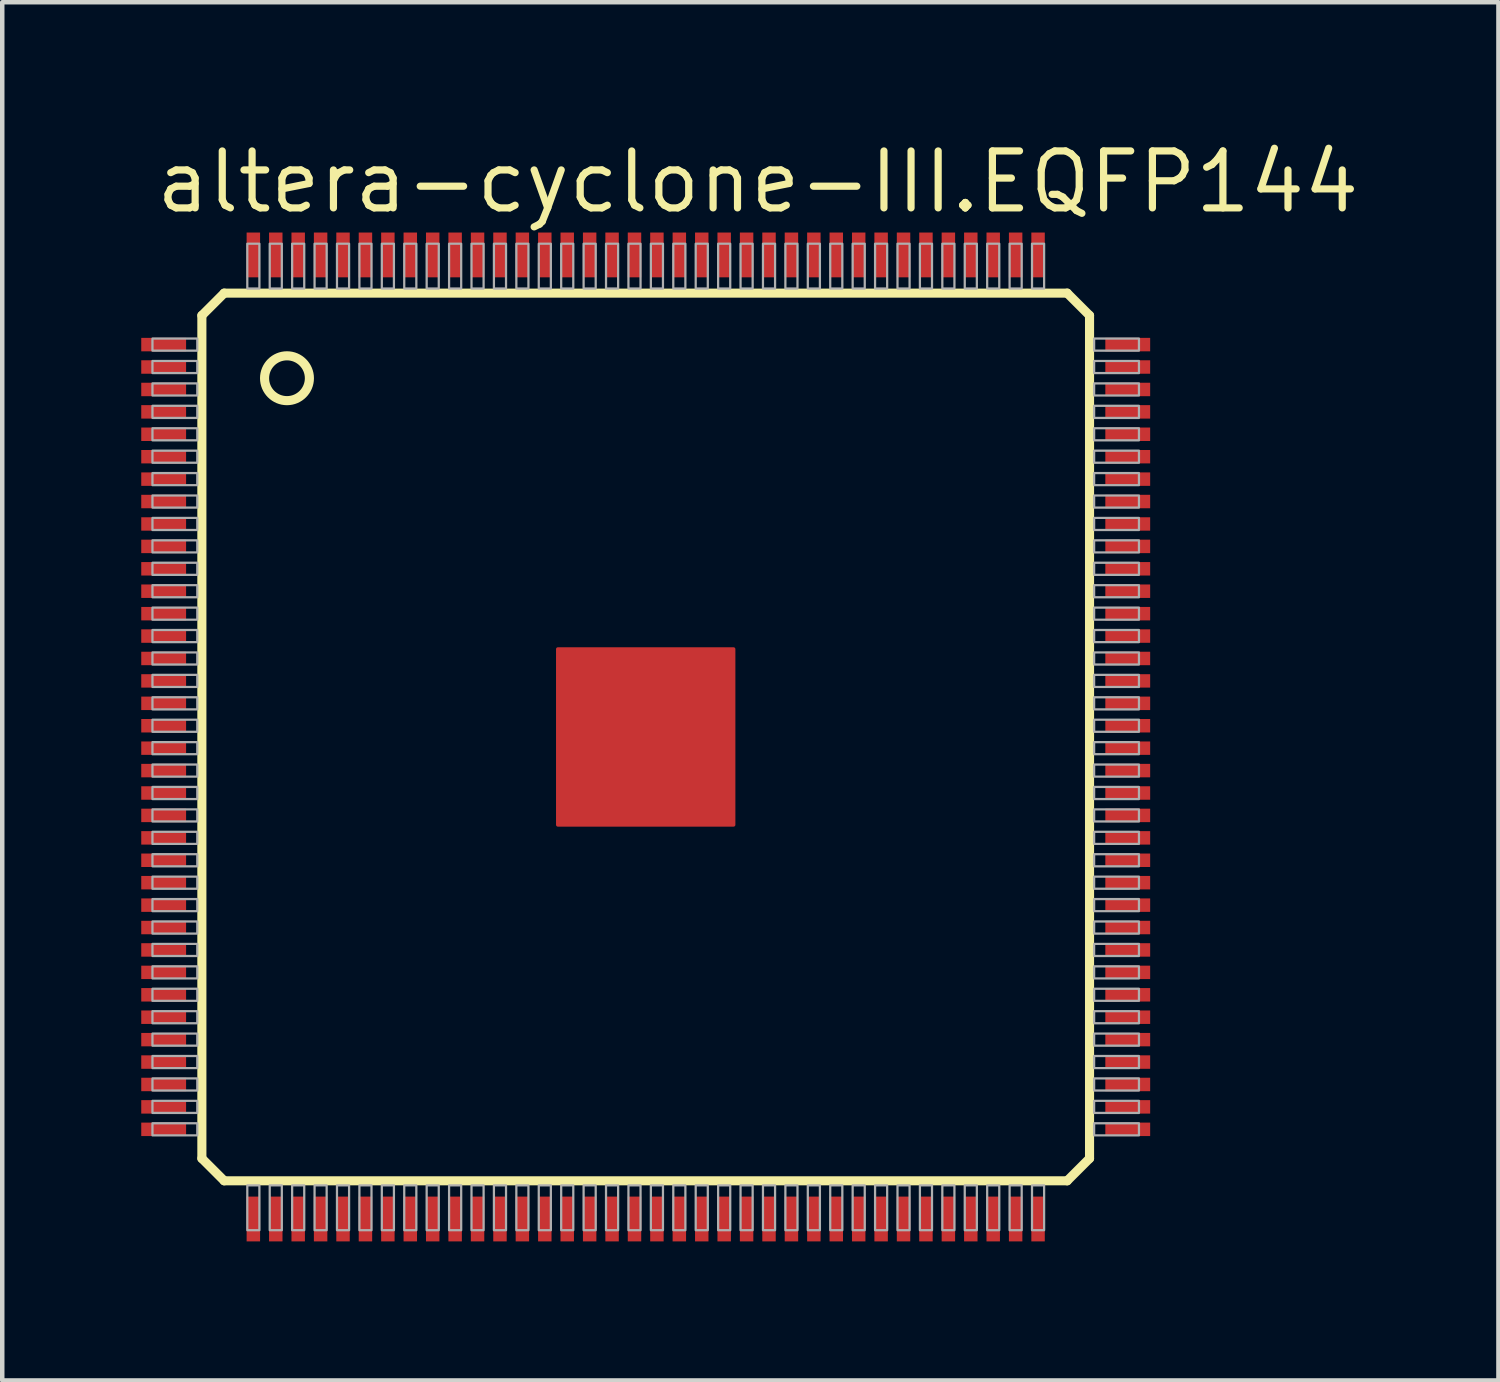
<source format=kicad_pcb>
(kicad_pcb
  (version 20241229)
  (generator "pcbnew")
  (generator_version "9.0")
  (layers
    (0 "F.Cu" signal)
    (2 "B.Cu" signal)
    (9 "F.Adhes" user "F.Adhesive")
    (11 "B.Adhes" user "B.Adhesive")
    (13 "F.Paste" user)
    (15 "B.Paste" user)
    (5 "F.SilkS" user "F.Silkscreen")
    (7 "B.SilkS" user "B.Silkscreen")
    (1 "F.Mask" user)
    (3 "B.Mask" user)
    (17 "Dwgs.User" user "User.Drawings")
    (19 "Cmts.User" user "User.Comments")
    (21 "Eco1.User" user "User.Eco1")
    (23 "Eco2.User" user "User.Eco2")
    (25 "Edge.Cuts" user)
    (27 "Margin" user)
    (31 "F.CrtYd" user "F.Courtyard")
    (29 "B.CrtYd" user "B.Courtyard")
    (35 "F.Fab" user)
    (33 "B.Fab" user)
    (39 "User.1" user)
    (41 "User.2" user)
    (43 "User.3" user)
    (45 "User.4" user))
  (footprint "altera-cyclone-III.EQFP144"
    (layer "F.Cu")
    (at 11.35 13.385)
    (property "Reference" "altera-cyclone-III.EQFP144" (at -11 -11.635 0) (layer "F.SilkS") (effects (font (size 1.27 1.27) (thickness 0.16)) (justify left bottom)))
    (attr smd)
    (fp_rect (start -11.325 -8.55) (end -10.2 -8.95) (stroke (width 0.05) (type default)) (fill yes) (layer "F.Mask"))
    (fp_rect (start -11.325 -8.05) (end -10.2 -8.45) (stroke (width 0.05) (type default)) (fill yes) (layer "F.Mask"))
    (fp_rect (start -11.325 -7.55) (end -10.2 -7.95) (stroke (width 0.05) (type default)) (fill yes) (layer "F.Mask"))
    (fp_rect (start -11.325 -7.05) (end -10.2 -7.45) (stroke (width 0.05) (type default)) (fill yes) (layer "F.Mask"))
    (fp_rect (start -11.325 -6.55) (end -10.2 -6.95) (stroke (width 0.05) (type default)) (fill yes) (layer "F.Mask"))
    (fp_rect (start -11.325 -6.05) (end -10.2 -6.45) (stroke (width 0.05) (type default)) (fill yes) (layer "F.Mask"))
    (fp_rect (start -11.325 -5.55) (end -10.2 -5.95) (stroke (width 0.05) (type default)) (fill yes) (layer "F.Mask"))
    (fp_rect (start -11.325 -5.05) (end -10.2 -5.45) (stroke (width 0.05) (type default)) (fill yes) (layer "F.Mask"))
    (fp_rect (start -11.325 -4.55) (end -10.2 -4.95) (stroke (width 0.05) (type default)) (fill yes) (layer "F.Mask"))
    (fp_rect (start -11.325 -4.05) (end -10.2 -4.45) (stroke (width 0.05) (type default)) (fill yes) (layer "F.Mask"))
    (fp_rect (start -11.325 -3.55) (end -10.2 -3.95) (stroke (width 0.05) (type default)) (fill yes) (layer "F.Mask"))
    (fp_rect (start -11.325 -3.05) (end -10.2 -3.45) (stroke (width 0.05) (type default)) (fill yes) (layer "F.Mask"))
    (fp_rect (start -11.325 -2.55) (end -10.2 -2.95) (stroke (width 0.05) (type default)) (fill yes) (layer "F.Mask"))
    (fp_rect (start -11.325 -2.05) (end -10.2 -2.45) (stroke (width 0.05) (type default)) (fill yes) (layer "F.Mask"))
    (fp_rect (start -11.325 -1.55) (end -10.2 -1.95) (stroke (width 0.05) (type default)) (fill yes) (layer "F.Mask"))
    (fp_rect (start -11.325 -1.05) (end -10.2 -1.45) (stroke (width 0.05) (type default)) (fill yes) (layer "F.Mask"))
    (fp_rect (start -11.325 -0.55) (end -10.2 -0.95) (stroke (width 0.05) (type default)) (fill yes) (layer "F.Mask"))
    (fp_rect (start -11.325 -0.05) (end -10.2 -0.45) (stroke (width 0.05) (type default)) (fill yes) (layer "F.Mask"))
    (fp_rect (start -11.325 0.45) (end -10.2 0.05) (stroke (width 0.05) (type default)) (fill yes) (layer "F.Mask"))
    (fp_rect (start -11.325 0.95) (end -10.2 0.55) (stroke (width 0.05) (type default)) (fill yes) (layer "F.Mask"))
    (fp_rect (start -11.325 1.45) (end -10.2 1.05) (stroke (width 0.05) (type default)) (fill yes) (layer "F.Mask"))
    (fp_rect (start -11.325 1.95) (end -10.2 1.55) (stroke (width 0.05) (type default)) (fill yes) (layer "F.Mask"))
    (fp_rect (start -11.325 2.45) (end -10.2 2.05) (stroke (width 0.05) (type default)) (fill yes) (layer "F.Mask"))
    (fp_rect (start -11.325 2.95) (end -10.2 2.55) (stroke (width 0.05) (type default)) (fill yes) (layer "F.Mask"))
    (fp_rect (start -11.325 3.45) (end -10.2 3.05) (stroke (width 0.05) (type default)) (fill yes) (layer "F.Mask"))
    (fp_rect (start -11.325 3.95) (end -10.2 3.55) (stroke (width 0.05) (type default)) (fill yes) (layer "F.Mask"))
    (fp_rect (start -11.325 4.45) (end -10.2 4.05) (stroke (width 0.05) (type default)) (fill yes) (layer "F.Mask"))
    (fp_rect (start -11.325 4.95) (end -10.2 4.55) (stroke (width 0.05) (type default)) (fill yes) (layer "F.Mask"))
    (fp_rect (start -11.325 5.45) (end -10.2 5.05) (stroke (width 0.05) (type default)) (fill yes) (layer "F.Mask"))
    (fp_rect (start -11.325 5.95) (end -10.2 5.55) (stroke (width 0.05) (type default)) (fill yes) (layer "F.Mask"))
    (fp_rect (start -11.325 6.45) (end -10.2 6.05) (stroke (width 0.05) (type default)) (fill yes) (layer "F.Mask"))
    (fp_rect (start -11.325 6.95) (end -10.2 6.55) (stroke (width 0.05) (type default)) (fill yes) (layer "F.Mask"))
    (fp_rect (start -11.325 7.45) (end -10.2 7.05) (stroke (width 0.05) (type default)) (fill yes) (layer "F.Mask"))
    (fp_rect (start -11.325 7.95) (end -10.2 7.55) (stroke (width 0.05) (type default)) (fill yes) (layer "F.Mask"))
    (fp_rect (start -11.325 8.45) (end -10.2 8.05) (stroke (width 0.05) (type default)) (fill yes) (layer "F.Mask"))
    (fp_rect (start -11.325 8.95) (end -10.2 8.55) (stroke (width 0.05) (type default)) (fill yes) (layer "F.Mask"))
    (fp_rect (start -8.95 -10.2) (end -8.55 -11.325) (stroke (width 0.05) (type default)) (fill yes) (layer "F.Mask"))
    (fp_rect (start -8.95 11.325) (end -8.55 10.2) (stroke (width 0.05) (type default)) (fill yes) (layer "F.Mask"))
    (fp_rect (start -8.45 -10.2) (end -8.05 -11.325) (stroke (width 0.05) (type default)) (fill yes) (layer "F.Mask"))
    (fp_rect (start -8.45 11.325) (end -8.05 10.2) (stroke (width 0.05) (type default)) (fill yes) (layer "F.Mask"))
    (fp_rect (start -7.95 -10.2) (end -7.55 -11.325) (stroke (width 0.05) (type default)) (fill yes) (layer "F.Mask"))
    (fp_rect (start -7.95 11.325) (end -7.55 10.2) (stroke (width 0.05) (type default)) (fill yes) (layer "F.Mask"))
    (fp_rect (start -7.45 -10.2) (end -7.05 -11.325) (stroke (width 0.05) (type default)) (fill yes) (layer "F.Mask"))
    (fp_rect (start -7.45 11.325) (end -7.05 10.2) (stroke (width 0.05) (type default)) (fill yes) (layer "F.Mask"))
    (fp_rect (start -6.95 -10.2) (end -6.55 -11.325) (stroke (width 0.05) (type default)) (fill yes) (layer "F.Mask"))
    (fp_rect (start -6.95 11.325) (end -6.55 10.2) (stroke (width 0.05) (type default)) (fill yes) (layer "F.Mask"))
    (fp_rect (start -6.45 -10.2) (end -6.05 -11.325) (stroke (width 0.05) (type default)) (fill yes) (layer "F.Mask"))
    (fp_rect (start -6.45 11.325) (end -6.05 10.2) (stroke (width 0.05) (type default)) (fill yes) (layer "F.Mask"))
    (fp_rect (start -5.95 -10.2) (end -5.55 -11.325) (stroke (width 0.05) (type default)) (fill yes) (layer "F.Mask"))
    (fp_rect (start -5.95 11.325) (end -5.55 10.2) (stroke (width 0.05) (type default)) (fill yes) (layer "F.Mask"))
    (fp_rect (start -5.45 -10.2) (end -5.05 -11.325) (stroke (width 0.05) (type default)) (fill yes) (layer "F.Mask"))
    (fp_rect (start -5.45 11.325) (end -5.05 10.2) (stroke (width 0.05) (type default)) (fill yes) (layer "F.Mask"))
    (fp_rect (start -4.95 -10.2) (end -4.55 -11.325) (stroke (width 0.05) (type default)) (fill yes) (layer "F.Mask"))
    (fp_rect (start -4.95 11.325) (end -4.55 10.2) (stroke (width 0.05) (type default)) (fill yes) (layer "F.Mask"))
    (fp_rect (start -4.45 -10.2) (end -4.05 -11.325) (stroke (width 0.05) (type default)) (fill yes) (layer "F.Mask"))
    (fp_rect (start -4.45 11.325) (end -4.05 10.2) (stroke (width 0.05) (type default)) (fill yes) (layer "F.Mask"))
    (fp_rect (start -3.95 -10.2) (end -3.55 -11.325) (stroke (width 0.05) (type default)) (fill yes) (layer "F.Mask"))
    (fp_rect (start -3.95 11.325) (end -3.55 10.2) (stroke (width 0.05) (type default)) (fill yes) (layer "F.Mask"))
    (fp_rect (start -3.45 -10.2) (end -3.05 -11.325) (stroke (width 0.05) (type default)) (fill yes) (layer "F.Mask"))
    (fp_rect (start -3.45 11.325) (end -3.05 10.2) (stroke (width 0.05) (type default)) (fill yes) (layer "F.Mask"))
    (fp_rect (start -2.95 -10.2) (end -2.55 -11.325) (stroke (width 0.05) (type default)) (fill yes) (layer "F.Mask"))
    (fp_rect (start -2.95 11.325) (end -2.55 10.2) (stroke (width 0.05) (type default)) (fill yes) (layer "F.Mask"))
    (fp_rect (start -2.45 -10.2) (end -2.05 -11.325) (stroke (width 0.05) (type default)) (fill yes) (layer "F.Mask"))
    (fp_rect (start -2.45 11.325) (end -2.05 10.2) (stroke (width 0.05) (type default)) (fill yes) (layer "F.Mask"))
    (fp_rect (start -1.95 -10.2) (end -1.55 -11.325) (stroke (width 0.05) (type default)) (fill yes) (layer "F.Mask"))
    (fp_rect (start -1.95 11.325) (end -1.55 10.2) (stroke (width 0.05) (type default)) (fill yes) (layer "F.Mask"))
    (fp_rect (start -1.45 -10.2) (end -1.05 -11.325) (stroke (width 0.05) (type default)) (fill yes) (layer "F.Mask"))
    (fp_rect (start -1.45 11.325) (end -1.05 10.2) (stroke (width 0.05) (type default)) (fill yes) (layer "F.Mask"))
    (fp_rect (start -0.95 -10.2) (end -0.55 -11.325) (stroke (width 0.05) (type default)) (fill yes) (layer "F.Mask"))
    (fp_rect (start -0.95 11.325) (end -0.55 10.2) (stroke (width 0.05) (type default)) (fill yes) (layer "F.Mask"))
    (fp_rect (start -0.45 -10.2) (end -0.05 -11.325) (stroke (width 0.05) (type default)) (fill yes) (layer "F.Mask"))
    (fp_rect (start -0.45 11.325) (end -0.05 10.2) (stroke (width 0.05) (type default)) (fill yes) (layer "F.Mask"))
    (fp_rect (start 0.05 -10.2) (end 0.45 -11.325) (stroke (width 0.05) (type default)) (fill yes) (layer "F.Mask"))
    (fp_rect (start 0.05 11.325) (end 0.45 10.2) (stroke (width 0.05) (type default)) (fill yes) (layer "F.Mask"))
    (fp_rect (start 0.55 -10.2) (end 0.95 -11.325) (stroke (width 0.05) (type default)) (fill yes) (layer "F.Mask"))
    (fp_rect (start 0.55 11.325) (end 0.95 10.2) (stroke (width 0.05) (type default)) (fill yes) (layer "F.Mask"))
    (fp_rect (start 1.05 -10.2) (end 1.45 -11.325) (stroke (width 0.05) (type default)) (fill yes) (layer "F.Mask"))
    (fp_rect (start 1.05 11.325) (end 1.45 10.2) (stroke (width 0.05) (type default)) (fill yes) (layer "F.Mask"))
    (fp_rect (start 1.55 -10.2) (end 1.95 -11.325) (stroke (width 0.05) (type default)) (fill yes) (layer "F.Mask"))
    (fp_rect (start 1.55 11.325) (end 1.95 10.2) (stroke (width 0.05) (type default)) (fill yes) (layer "F.Mask"))
    (fp_rect (start 2.05 -10.2) (end 2.45 -11.325) (stroke (width 0.05) (type default)) (fill yes) (layer "F.Mask"))
    (fp_rect (start 2.05 11.325) (end 2.45 10.2) (stroke (width 0.05) (type default)) (fill yes) (layer "F.Mask"))
    (fp_rect (start 2.55 -10.2) (end 2.95 -11.325) (stroke (width 0.05) (type default)) (fill yes) (layer "F.Mask"))
    (fp_rect (start 2.55 11.325) (end 2.95 10.2) (stroke (width 0.05) (type default)) (fill yes) (layer "F.Mask"))
    (fp_rect (start 3.05 -10.2) (end 3.45 -11.325) (stroke (width 0.05) (type default)) (fill yes) (layer "F.Mask"))
    (fp_rect (start 3.05 11.325) (end 3.45 10.2) (stroke (width 0.05) (type default)) (fill yes) (layer "F.Mask"))
    (fp_rect (start 3.55 -10.2) (end 3.95 -11.325) (stroke (width 0.05) (type default)) (fill yes) (layer "F.Mask"))
    (fp_rect (start 3.55 11.325) (end 3.95 10.2) (stroke (width 0.05) (type default)) (fill yes) (layer "F.Mask"))
    (fp_rect (start 4.05 -10.2) (end 4.45 -11.325) (stroke (width 0.05) (type default)) (fill yes) (layer "F.Mask"))
    (fp_rect (start 4.05 11.325) (end 4.45 10.2) (stroke (width 0.05) (type default)) (fill yes) (layer "F.Mask"))
    (fp_rect (start 4.55 -10.2) (end 4.95 -11.325) (stroke (width 0.05) (type default)) (fill yes) (layer "F.Mask"))
    (fp_rect (start 4.55 11.325) (end 4.95 10.2) (stroke (width 0.05) (type default)) (fill yes) (layer "F.Mask"))
    (fp_rect (start 5.05 -10.2) (end 5.45 -11.325) (stroke (width 0.05) (type default)) (fill yes) (layer "F.Mask"))
    (fp_rect (start 5.05 11.325) (end 5.45 10.2) (stroke (width 0.05) (type default)) (fill yes) (layer "F.Mask"))
    (fp_rect (start 5.55 -10.2) (end 5.95 -11.325) (stroke (width 0.05) (type default)) (fill yes) (layer "F.Mask"))
    (fp_rect (start 5.55 11.325) (end 5.95 10.2) (stroke (width 0.05) (type default)) (fill yes) (layer "F.Mask"))
    (fp_rect (start 6.05 -10.2) (end 6.45 -11.325) (stroke (width 0.05) (type default)) (fill yes) (layer "F.Mask"))
    (fp_rect (start 6.05 11.325) (end 6.45 10.2) (stroke (width 0.05) (type default)) (fill yes) (layer "F.Mask"))
    (fp_rect (start 6.55 -10.2) (end 6.95 -11.325) (stroke (width 0.05) (type default)) (fill yes) (layer "F.Mask"))
    (fp_rect (start 6.55 11.325) (end 6.95 10.2) (stroke (width 0.05) (type default)) (fill yes) (layer "F.Mask"))
    (fp_rect (start 7.05 -10.2) (end 7.45 -11.325) (stroke (width 0.05) (type default)) (fill yes) (layer "F.Mask"))
    (fp_rect (start 7.05 11.325) (end 7.45 10.2) (stroke (width 0.05) (type default)) (fill yes) (layer "F.Mask"))
    (fp_rect (start 7.55 -10.2) (end 7.95 -11.325) (stroke (width 0.05) (type default)) (fill yes) (layer "F.Mask"))
    (fp_rect (start 7.55 11.325) (end 7.95 10.2) (stroke (width 0.05) (type default)) (fill yes) (layer "F.Mask"))
    (fp_rect (start 8.05 -10.2) (end 8.45 -11.325) (stroke (width 0.05) (type default)) (fill yes) (layer "F.Mask"))
    (fp_rect (start 8.05 11.325) (end 8.45 10.2) (stroke (width 0.05) (type default)) (fill yes) (layer "F.Mask"))
    (fp_rect (start 8.55 -10.2) (end 8.95 -11.325) (stroke (width 0.05) (type default)) (fill yes) (layer "F.Mask"))
    (fp_rect (start 8.55 11.325) (end 8.95 10.2) (stroke (width 0.05) (type default)) (fill yes) (layer "F.Mask"))
    (fp_rect (start 10.2 -8.55) (end 11.325 -8.95) (stroke (width 0.05) (type default)) (fill yes) (layer "F.Mask"))
    (fp_rect (start 10.2 -8.05) (end 11.325 -8.45) (stroke (width 0.05) (type default)) (fill yes) (layer "F.Mask"))
    (fp_rect (start 10.2 -7.55) (end 11.325 -7.95) (stroke (width 0.05) (type default)) (fill yes) (layer "F.Mask"))
    (fp_rect (start 10.2 -7.05) (end 11.325 -7.45) (stroke (width 0.05) (type default)) (fill yes) (layer "F.Mask"))
    (fp_rect (start 10.2 -6.55) (end 11.325 -6.95) (stroke (width 0.05) (type default)) (fill yes) (layer "F.Mask"))
    (fp_rect (start 10.2 -6.05) (end 11.325 -6.45) (stroke (width 0.05) (type default)) (fill yes) (layer "F.Mask"))
    (fp_rect (start 10.2 -5.55) (end 11.325 -5.95) (stroke (width 0.05) (type default)) (fill yes) (layer "F.Mask"))
    (fp_rect (start 10.2 -5.05) (end 11.325 -5.45) (stroke (width 0.05) (type default)) (fill yes) (layer "F.Mask"))
    (fp_rect (start 10.2 -4.55) (end 11.325 -4.95) (stroke (width 0.05) (type default)) (fill yes) (layer "F.Mask"))
    (fp_rect (start 10.2 -4.05) (end 11.325 -4.45) (stroke (width 0.05) (type default)) (fill yes) (layer "F.Mask"))
    (fp_rect (start 10.2 -3.55) (end 11.325 -3.95) (stroke (width 0.05) (type default)) (fill yes) (layer "F.Mask"))
    (fp_rect (start 10.2 -3.05) (end 11.325 -3.45) (stroke (width 0.05) (type default)) (fill yes) (layer "F.Mask"))
    (fp_rect (start 10.2 -2.55) (end 11.325 -2.95) (stroke (width 0.05) (type default)) (fill yes) (layer "F.Mask"))
    (fp_rect (start 10.2 -2.05) (end 11.325 -2.45) (stroke (width 0.05) (type default)) (fill yes) (layer "F.Mask"))
    (fp_rect (start 10.2 -1.55) (end 11.325 -1.95) (stroke (width 0.05) (type default)) (fill yes) (layer "F.Mask"))
    (fp_rect (start 10.2 -1.05) (end 11.325 -1.45) (stroke (width 0.05) (type default)) (fill yes) (layer "F.Mask"))
    (fp_rect (start 10.2 -0.55) (end 11.325 -0.95) (stroke (width 0.05) (type default)) (fill yes) (layer "F.Mask"))
    (fp_rect (start 10.2 -0.05) (end 11.325 -0.45) (stroke (width 0.05) (type default)) (fill yes) (layer "F.Mask"))
    (fp_rect (start 10.2 0.45) (end 11.325 0.05) (stroke (width 0.05) (type default)) (fill yes) (layer "F.Mask"))
    (fp_rect (start 10.2 0.95) (end 11.325 0.55) (stroke (width 0.05) (type default)) (fill yes) (layer "F.Mask"))
    (fp_rect (start 10.2 1.45) (end 11.325 1.05) (stroke (width 0.05) (type default)) (fill yes) (layer "F.Mask"))
    (fp_rect (start 10.2 1.95) (end 11.325 1.55) (stroke (width 0.05) (type default)) (fill yes) (layer "F.Mask"))
    (fp_rect (start 10.2 2.45) (end 11.325 2.05) (stroke (width 0.05) (type default)) (fill yes) (layer "F.Mask"))
    (fp_rect (start 10.2 2.95) (end 11.325 2.55) (stroke (width 0.05) (type default)) (fill yes) (layer "F.Mask"))
    (fp_rect (start 10.2 3.45) (end 11.325 3.05) (stroke (width 0.05) (type default)) (fill yes) (layer "F.Mask"))
    (fp_rect (start 10.2 3.95) (end 11.325 3.55) (stroke (width 0.05) (type default)) (fill yes) (layer "F.Mask"))
    (fp_rect (start 10.2 4.45) (end 11.325 4.05) (stroke (width 0.05) (type default)) (fill yes) (layer "F.Mask"))
    (fp_rect (start 10.2 4.95) (end 11.325 4.55) (stroke (width 0.05) (type default)) (fill yes) (layer "F.Mask"))
    (fp_rect (start 10.2 5.45) (end 11.325 5.05) (stroke (width 0.05) (type default)) (fill yes) (layer "F.Mask"))
    (fp_rect (start 10.2 5.95) (end 11.325 5.55) (stroke (width 0.05) (type default)) (fill yes) (layer "F.Mask"))
    (fp_rect (start 10.2 6.45) (end 11.325 6.05) (stroke (width 0.05) (type default)) (fill yes) (layer "F.Mask"))
    (fp_rect (start 10.2 6.95) (end 11.325 6.55) (stroke (width 0.05) (type default)) (fill yes) (layer "F.Mask"))
    (fp_rect (start 10.2 7.45) (end 11.325 7.05) (stroke (width 0.05) (type default)) (fill yes) (layer "F.Mask"))
    (fp_rect (start 10.2 7.95) (end 11.325 7.55) (stroke (width 0.05) (type default)) (fill yes) (layer "F.Mask"))
    (fp_rect (start 10.2 8.45) (end 11.325 8.05) (stroke (width 0.05) (type default)) (fill yes) (layer "F.Mask"))
    (fp_rect (start 10.2 8.95) (end 11.325 8.55) (stroke (width 0.05) (type default)) (fill yes) (layer "F.Mask"))
    (fp_line (start -9.898 -9.4) (end -9.898 9.4) (stroke (width 0.203) (type default)) (layer "F.SilkS"))
    (fp_line (start -9.898 -9.4) (end -9.4 -9.898) (stroke (width 0.203) (type default)) (layer "F.SilkS"))
    (fp_line (start -9.4 9.898) (end -9.898 9.4) (stroke (width 0.203) (type default)) (layer "F.SilkS"))
    (fp_line (start -9.4 9.898) (end 9.4 9.898) (stroke (width 0.203) (type default)) (layer "F.SilkS"))
    (fp_line (start 9.4 -9.898) (end -9.4 -9.898) (stroke (width 0.203) (type default)) (layer "F.SilkS"))
    (fp_line (start 9.4 -9.898) (end 9.898 -9.4) (stroke (width 0.203) (type default)) (layer "F.SilkS"))
    (fp_line (start 9.898 9.4) (end 9.4 9.898) (stroke (width 0.203) (type default)) (layer "F.SilkS"))
    (fp_line (start 9.898 9.4) (end 9.898 -9.4) (stroke (width 0.203) (type default)) (layer "F.SilkS"))
    (fp_circle (center -8 -8) (end -7.5 -8) (stroke (width 0.203) (type default)) (fill no) (layer "F.SilkS"))
    (fp_rect (start -11 -8.615) (end -10 -8.885) (stroke (width 0.05) (type default)) (fill no) (layer "F.Fab"))
    (fp_rect (start -11 -8.115) (end -10 -8.385) (stroke (width 0.05) (type default)) (fill no) (layer "F.Fab"))
    (fp_rect (start -11 -7.615) (end -10 -7.885) (stroke (width 0.05) (type default)) (fill no) (layer "F.Fab"))
    (fp_rect (start -11 -7.115) (end -10 -7.385) (stroke (width 0.05) (type default)) (fill no) (layer "F.Fab"))
    (fp_rect (start -11 -6.615) (end -10 -6.885) (stroke (width 0.05) (type default)) (fill no) (layer "F.Fab"))
    (fp_rect (start -11 -6.115) (end -10 -6.385) (stroke (width 0.05) (type default)) (fill no) (layer "F.Fab"))
    (fp_rect (start -11 -5.615) (end -10 -5.885) (stroke (width 0.05) (type default)) (fill no) (layer "F.Fab"))
    (fp_rect (start -11 -5.115) (end -10 -5.385) (stroke (width 0.05) (type default)) (fill no) (layer "F.Fab"))
    (fp_rect (start -11 -4.615) (end -10 -4.885) (stroke (width 0.05) (type default)) (fill no) (layer "F.Fab"))
    (fp_rect (start -11 -4.115) (end -10 -4.385) (stroke (width 0.05) (type default)) (fill no) (layer "F.Fab"))
    (fp_rect (start -11 -3.615) (end -10 -3.885) (stroke (width 0.05) (type default)) (fill no) (layer "F.Fab"))
    (fp_rect (start -11 -3.115) (end -10 -3.385) (stroke (width 0.05) (type default)) (fill no) (layer "F.Fab"))
    (fp_rect (start -11 -2.615) (end -10 -2.885) (stroke (width 0.05) (type default)) (fill no) (layer "F.Fab"))
    (fp_rect (start -11 -2.115) (end -10 -2.385) (stroke (width 0.05) (type default)) (fill no) (layer "F.Fab"))
    (fp_rect (start -11 -1.615) (end -10 -1.885) (stroke (width 0.05) (type default)) (fill no) (layer "F.Fab"))
    (fp_rect (start -11 -1.115) (end -10 -1.385) (stroke (width 0.05) (type default)) (fill no) (layer "F.Fab"))
    (fp_rect (start -11 -0.615) (end -10 -0.885) (stroke (width 0.05) (type default)) (fill no) (layer "F.Fab"))
    (fp_rect (start -11 -0.115) (end -10 -0.385) (stroke (width 0.05) (type default)) (fill no) (layer "F.Fab"))
    (fp_rect (start -11 0.385) (end -10 0.115) (stroke (width 0.05) (type default)) (fill no) (layer "F.Fab"))
    (fp_rect (start -11 0.885) (end -10 0.615) (stroke (width 0.05) (type default)) (fill no) (layer "F.Fab"))
    (fp_rect (start -11 1.385) (end -10 1.115) (stroke (width 0.05) (type default)) (fill no) (layer "F.Fab"))
    (fp_rect (start -11 1.885) (end -10 1.615) (stroke (width 0.05) (type default)) (fill no) (layer "F.Fab"))
    (fp_rect (start -11 2.385) (end -10 2.115) (stroke (width 0.05) (type default)) (fill no) (layer "F.Fab"))
    (fp_rect (start -11 2.885) (end -10 2.615) (stroke (width 0.05) (type default)) (fill no) (layer "F.Fab"))
    (fp_rect (start -11 3.385) (end -10 3.115) (stroke (width 0.05) (type default)) (fill no) (layer "F.Fab"))
    (fp_rect (start -11 3.885) (end -10 3.615) (stroke (width 0.05) (type default)) (fill no) (layer "F.Fab"))
    (fp_rect (start -11 4.385) (end -10 4.115) (stroke (width 0.05) (type default)) (fill no) (layer "F.Fab"))
    (fp_rect (start -11 4.885) (end -10 4.615) (stroke (width 0.05) (type default)) (fill no) (layer "F.Fab"))
    (fp_rect (start -11 5.385) (end -10 5.115) (stroke (width 0.05) (type default)) (fill no) (layer "F.Fab"))
    (fp_rect (start -11 5.885) (end -10 5.615) (stroke (width 0.05) (type default)) (fill no) (layer "F.Fab"))
    (fp_rect (start -11 6.385) (end -10 6.115) (stroke (width 0.05) (type default)) (fill no) (layer "F.Fab"))
    (fp_rect (start -11 6.885) (end -10 6.615) (stroke (width 0.05) (type default)) (fill no) (layer "F.Fab"))
    (fp_rect (start -11 7.385) (end -10 7.115) (stroke (width 0.05) (type default)) (fill no) (layer "F.Fab"))
    (fp_rect (start -11 7.885) (end -10 7.615) (stroke (width 0.05) (type default)) (fill no) (layer "F.Fab"))
    (fp_rect (start -11 8.385) (end -10 8.115) (stroke (width 0.05) (type default)) (fill no) (layer "F.Fab"))
    (fp_rect (start -11 8.885) (end -10 8.615) (stroke (width 0.05) (type default)) (fill no) (layer "F.Fab"))
    (fp_rect (start -8.885 -10) (end -8.615 -11) (stroke (width 0.05) (type default)) (fill no) (layer "F.Fab"))
    (fp_rect (start -8.885 11) (end -8.615 10) (stroke (width 0.05) (type default)) (fill no) (layer "F.Fab"))
    (fp_rect (start -8.385 -10) (end -8.115 -11) (stroke (width 0.05) (type default)) (fill no) (layer "F.Fab"))
    (fp_rect (start -8.385 11) (end -8.115 10) (stroke (width 0.05) (type default)) (fill no) (layer "F.Fab"))
    (fp_rect (start -7.885 -10) (end -7.615 -11) (stroke (width 0.05) (type default)) (fill no) (layer "F.Fab"))
    (fp_rect (start -7.885 11) (end -7.615 10) (stroke (width 0.05) (type default)) (fill no) (layer "F.Fab"))
    (fp_rect (start -7.385 -10) (end -7.115 -11) (stroke (width 0.05) (type default)) (fill no) (layer "F.Fab"))
    (fp_rect (start -7.385 11) (end -7.115 10) (stroke (width 0.05) (type default)) (fill no) (layer "F.Fab"))
    (fp_rect (start -6.885 -10) (end -6.615 -11) (stroke (width 0.05) (type default)) (fill no) (layer "F.Fab"))
    (fp_rect (start -6.885 11) (end -6.615 10) (stroke (width 0.05) (type default)) (fill no) (layer "F.Fab"))
    (fp_rect (start -6.385 -10) (end -6.115 -11) (stroke (width 0.05) (type default)) (fill no) (layer "F.Fab"))
    (fp_rect (start -6.385 11) (end -6.115 10) (stroke (width 0.05) (type default)) (fill no) (layer "F.Fab"))
    (fp_rect (start -5.885 -10) (end -5.615 -11) (stroke (width 0.05) (type default)) (fill no) (layer "F.Fab"))
    (fp_rect (start -5.885 11) (end -5.615 10) (stroke (width 0.05) (type default)) (fill no) (layer "F.Fab"))
    (fp_rect (start -5.385 -10) (end -5.115 -11) (stroke (width 0.05) (type default)) (fill no) (layer "F.Fab"))
    (fp_rect (start -5.385 11) (end -5.115 10) (stroke (width 0.05) (type default)) (fill no) (layer "F.Fab"))
    (fp_rect (start -4.885 -10) (end -4.615 -11) (stroke (width 0.05) (type default)) (fill no) (layer "F.Fab"))
    (fp_rect (start -4.885 11) (end -4.615 10) (stroke (width 0.05) (type default)) (fill no) (layer "F.Fab"))
    (fp_rect (start -4.385 -10) (end -4.115 -11) (stroke (width 0.05) (type default)) (fill no) (layer "F.Fab"))
    (fp_rect (start -4.385 11) (end -4.115 10) (stroke (width 0.05) (type default)) (fill no) (layer "F.Fab"))
    (fp_rect (start -3.885 -10) (end -3.615 -11) (stroke (width 0.05) (type default)) (fill no) (layer "F.Fab"))
    (fp_rect (start -3.885 11) (end -3.615 10) (stroke (width 0.05) (type default)) (fill no) (layer "F.Fab"))
    (fp_rect (start -3.385 -10) (end -3.115 -11) (stroke (width 0.05) (type default)) (fill no) (layer "F.Fab"))
    (fp_rect (start -3.385 11) (end -3.115 10) (stroke (width 0.05) (type default)) (fill no) (layer "F.Fab"))
    (fp_rect (start -2.885 -10) (end -2.615 -11) (stroke (width 0.05) (type default)) (fill no) (layer "F.Fab"))
    (fp_rect (start -2.885 11) (end -2.615 10) (stroke (width 0.05) (type default)) (fill no) (layer "F.Fab"))
    (fp_rect (start -2.385 -10) (end -2.115 -11) (stroke (width 0.05) (type default)) (fill no) (layer "F.Fab"))
    (fp_rect (start -2.385 11) (end -2.115 10) (stroke (width 0.05) (type default)) (fill no) (layer "F.Fab"))
    (fp_rect (start -1.885 -10) (end -1.615 -11) (stroke (width 0.05) (type default)) (fill no) (layer "F.Fab"))
    (fp_rect (start -1.885 11) (end -1.615 10) (stroke (width 0.05) (type default)) (fill no) (layer "F.Fab"))
    (fp_rect (start -1.385 -10) (end -1.115 -11) (stroke (width 0.05) (type default)) (fill no) (layer "F.Fab"))
    (fp_rect (start -1.385 11) (end -1.115 10) (stroke (width 0.05) (type default)) (fill no) (layer "F.Fab"))
    (fp_rect (start -0.885 -10) (end -0.615 -11) (stroke (width 0.05) (type default)) (fill no) (layer "F.Fab"))
    (fp_rect (start -0.885 11) (end -0.615 10) (stroke (width 0.05) (type default)) (fill no) (layer "F.Fab"))
    (fp_rect (start -0.385 -10) (end -0.115 -11) (stroke (width 0.05) (type default)) (fill no) (layer "F.Fab"))
    (fp_rect (start -0.385 11) (end -0.115 10) (stroke (width 0.05) (type default)) (fill no) (layer "F.Fab"))
    (fp_rect (start 0.115 -10) (end 0.385 -11) (stroke (width 0.05) (type default)) (fill no) (layer "F.Fab"))
    (fp_rect (start 0.115 11) (end 0.385 10) (stroke (width 0.05) (type default)) (fill no) (layer "F.Fab"))
    (fp_rect (start 0.615 -10) (end 0.885 -11) (stroke (width 0.05) (type default)) (fill no) (layer "F.Fab"))
    (fp_rect (start 0.615 11) (end 0.885 10) (stroke (width 0.05) (type default)) (fill no) (layer "F.Fab"))
    (fp_rect (start 1.115 -10) (end 1.385 -11) (stroke (width 0.05) (type default)) (fill no) (layer "F.Fab"))
    (fp_rect (start 1.115 11) (end 1.385 10) (stroke (width 0.05) (type default)) (fill no) (layer "F.Fab"))
    (fp_rect (start 1.615 -10) (end 1.885 -11) (stroke (width 0.05) (type default)) (fill no) (layer "F.Fab"))
    (fp_rect (start 1.615 11) (end 1.885 10) (stroke (width 0.05) (type default)) (fill no) (layer "F.Fab"))
    (fp_rect (start 2.115 -10) (end 2.385 -11) (stroke (width 0.05) (type default)) (fill no) (layer "F.Fab"))
    (fp_rect (start 2.115 11) (end 2.385 10) (stroke (width 0.05) (type default)) (fill no) (layer "F.Fab"))
    (fp_rect (start 2.615 -10) (end 2.885 -11) (stroke (width 0.05) (type default)) (fill no) (layer "F.Fab"))
    (fp_rect (start 2.615 11) (end 2.885 10) (stroke (width 0.05) (type default)) (fill no) (layer "F.Fab"))
    (fp_rect (start 3.115 -10) (end 3.385 -11) (stroke (width 0.05) (type default)) (fill no) (layer "F.Fab"))
    (fp_rect (start 3.115 11) (end 3.385 10) (stroke (width 0.05) (type default)) (fill no) (layer "F.Fab"))
    (fp_rect (start 3.615 -10) (end 3.885 -11) (stroke (width 0.05) (type default)) (fill no) (layer "F.Fab"))
    (fp_rect (start 3.615 11) (end 3.885 10) (stroke (width 0.05) (type default)) (fill no) (layer "F.Fab"))
    (fp_rect (start 4.115 -10) (end 4.385 -11) (stroke (width 0.05) (type default)) (fill no) (layer "F.Fab"))
    (fp_rect (start 4.115 11) (end 4.385 10) (stroke (width 0.05) (type default)) (fill no) (layer "F.Fab"))
    (fp_rect (start 4.615 -10) (end 4.885 -11) (stroke (width 0.05) (type default)) (fill no) (layer "F.Fab"))
    (fp_rect (start 4.615 11) (end 4.885 10) (stroke (width 0.05) (type default)) (fill no) (layer "F.Fab"))
    (fp_rect (start 5.115 -10) (end 5.385 -11) (stroke (width 0.05) (type default)) (fill no) (layer "F.Fab"))
    (fp_rect (start 5.115 11) (end 5.385 10) (stroke (width 0.05) (type default)) (fill no) (layer "F.Fab"))
    (fp_rect (start 5.615 -10) (end 5.885 -11) (stroke (width 0.05) (type default)) (fill no) (layer "F.Fab"))
    (fp_rect (start 5.615 11) (end 5.885 10) (stroke (width 0.05) (type default)) (fill no) (layer "F.Fab"))
    (fp_rect (start 6.115 -10) (end 6.385 -11) (stroke (width 0.05) (type default)) (fill no) (layer "F.Fab"))
    (fp_rect (start 6.115 11) (end 6.385 10) (stroke (width 0.05) (type default)) (fill no) (layer "F.Fab"))
    (fp_rect (start 6.615 -10) (end 6.885 -11) (stroke (width 0.05) (type default)) (fill no) (layer "F.Fab"))
    (fp_rect (start 6.615 11) (end 6.885 10) (stroke (width 0.05) (type default)) (fill no) (layer "F.Fab"))
    (fp_rect (start 7.115 -10) (end 7.385 -11) (stroke (width 0.05) (type default)) (fill no) (layer "F.Fab"))
    (fp_rect (start 7.115 11) (end 7.385 10) (stroke (width 0.05) (type default)) (fill no) (layer "F.Fab"))
    (fp_rect (start 7.615 -10) (end 7.885 -11) (stroke (width 0.05) (type default)) (fill no) (layer "F.Fab"))
    (fp_rect (start 7.615 11) (end 7.885 10) (stroke (width 0.05) (type default)) (fill no) (layer "F.Fab"))
    (fp_rect (start 8.115 -10) (end 8.385 -11) (stroke (width 0.05) (type default)) (fill no) (layer "F.Fab"))
    (fp_rect (start 8.115 11) (end 8.385 10) (stroke (width 0.05) (type default)) (fill no) (layer "F.Fab"))
    (fp_rect (start 8.615 -10) (end 8.885 -11) (stroke (width 0.05) (type default)) (fill no) (layer "F.Fab"))
    (fp_rect (start 8.615 11) (end 8.885 10) (stroke (width 0.05) (type default)) (fill no) (layer "F.Fab"))
    (fp_rect (start 10 -8.615) (end 11 -8.885) (stroke (width 0.05) (type default)) (fill no) (layer "F.Fab"))
    (fp_rect (start 10 -8.115) (end 11 -8.385) (stroke (width 0.05) (type default)) (fill no) (layer "F.Fab"))
    (fp_rect (start 10 -7.615) (end 11 -7.885) (stroke (width 0.05) (type default)) (fill no) (layer "F.Fab"))
    (fp_rect (start 10 -7.115) (end 11 -7.385) (stroke (width 0.05) (type default)) (fill no) (layer "F.Fab"))
    (fp_rect (start 10 -6.615) (end 11 -6.885) (stroke (width 0.05) (type default)) (fill no) (layer "F.Fab"))
    (fp_rect (start 10 -6.115) (end 11 -6.385) (stroke (width 0.05) (type default)) (fill no) (layer "F.Fab"))
    (fp_rect (start 10 -5.615) (end 11 -5.885) (stroke (width 0.05) (type default)) (fill no) (layer "F.Fab"))
    (fp_rect (start 10 -5.115) (end 11 -5.385) (stroke (width 0.05) (type default)) (fill no) (layer "F.Fab"))
    (fp_rect (start 10 -4.615) (end 11 -4.885) (stroke (width 0.05) (type default)) (fill no) (layer "F.Fab"))
    (fp_rect (start 10 -4.115) (end 11 -4.385) (stroke (width 0.05) (type default)) (fill no) (layer "F.Fab"))
    (fp_rect (start 10 -3.615) (end 11 -3.885) (stroke (width 0.05) (type default)) (fill no) (layer "F.Fab"))
    (fp_rect (start 10 -3.115) (end 11 -3.385) (stroke (width 0.05) (type default)) (fill no) (layer "F.Fab"))
    (fp_rect (start 10 -2.615) (end 11 -2.885) (stroke (width 0.05) (type default)) (fill no) (layer "F.Fab"))
    (fp_rect (start 10 -2.115) (end 11 -2.385) (stroke (width 0.05) (type default)) (fill no) (layer "F.Fab"))
    (fp_rect (start 10 -1.615) (end 11 -1.885) (stroke (width 0.05) (type default)) (fill no) (layer "F.Fab"))
    (fp_rect (start 10 -1.115) (end 11 -1.385) (stroke (width 0.05) (type default)) (fill no) (layer "F.Fab"))
    (fp_rect (start 10 -0.615) (end 11 -0.885) (stroke (width 0.05) (type default)) (fill no) (layer "F.Fab"))
    (fp_rect (start 10 -0.115) (end 11 -0.385) (stroke (width 0.05) (type default)) (fill no) (layer "F.Fab"))
    (fp_rect (start 10 0.385) (end 11 0.115) (stroke (width 0.05) (type default)) (fill no) (layer "F.Fab"))
    (fp_rect (start 10 0.885) (end 11 0.615) (stroke (width 0.05) (type default)) (fill no) (layer "F.Fab"))
    (fp_rect (start 10 1.385) (end 11 1.115) (stroke (width 0.05) (type default)) (fill no) (layer "F.Fab"))
    (fp_rect (start 10 1.885) (end 11 1.615) (stroke (width 0.05) (type default)) (fill no) (layer "F.Fab"))
    (fp_rect (start 10 2.385) (end 11 2.115) (stroke (width 0.05) (type default)) (fill no) (layer "F.Fab"))
    (fp_rect (start 10 2.885) (end 11 2.615) (stroke (width 0.05) (type default)) (fill no) (layer "F.Fab"))
    (fp_rect (start 10 3.385) (end 11 3.115) (stroke (width 0.05) (type default)) (fill no) (layer "F.Fab"))
    (fp_rect (start 10 3.885) (end 11 3.615) (stroke (width 0.05) (type default)) (fill no) (layer "F.Fab"))
    (fp_rect (start 10 4.385) (end 11 4.115) (stroke (width 0.05) (type default)) (fill no) (layer "F.Fab"))
    (fp_rect (start 10 4.885) (end 11 4.615) (stroke (width 0.05) (type default)) (fill no) (layer "F.Fab"))
    (fp_rect (start 10 5.385) (end 11 5.115) (stroke (width 0.05) (type default)) (fill no) (layer "F.Fab"))
    (fp_rect (start 10 5.885) (end 11 5.615) (stroke (width 0.05) (type default)) (fill no) (layer "F.Fab"))
    (fp_rect (start 10 6.385) (end 11 6.115) (stroke (width 0.05) (type default)) (fill no) (layer "F.Fab"))
    (fp_rect (start 10 6.885) (end 11 6.615) (stroke (width 0.05) (type default)) (fill no) (layer "F.Fab"))
    (fp_rect (start 10 7.385) (end 11 7.115) (stroke (width 0.05) (type default)) (fill no) (layer "F.Fab"))
    (fp_rect (start 10 7.885) (end 11 7.615) (stroke (width 0.05) (type default)) (fill no) (layer "F.Fab"))
    (fp_rect (start 10 8.385) (end 11 8.115) (stroke (width 0.05) (type default)) (fill no) (layer "F.Fab"))
    (fp_rect (start 10 8.885) (end 11 8.615) (stroke (width 0.05) (type default)) (fill no) (layer "F.Fab"))
    (pad "1" smd roundrect (at -10.75 -8.75) (size 1 0.3) (layers "F.Cu" "F.Mask" "F.Paste") (roundrect_rratio 0.01))
    (pad "2" smd roundrect (at -10.75 -8.25) (size 1 0.3) (layers "F.Cu" "F.Mask" "F.Paste") (roundrect_rratio 0.01))
    (pad "3" smd roundrect (at -10.75 -7.75) (size 1 0.3) (layers "F.Cu" "F.Mask" "F.Paste") (roundrect_rratio 0.01))
    (pad "4" smd roundrect (at -10.75 -7.25) (size 1 0.3) (layers "F.Cu" "F.Mask" "F.Paste") (roundrect_rratio 0.01))
    (pad "5" smd roundrect (at -10.75 -6.75) (size 1 0.3) (layers "F.Cu" "F.Mask" "F.Paste") (roundrect_rratio 0.01))
    (pad "6" smd roundrect (at -10.75 -6.25) (size 1 0.3) (layers "F.Cu" "F.Mask" "F.Paste") (roundrect_rratio 0.01))
    (pad "7" smd roundrect (at -10.75 -5.75) (size 1 0.3) (layers "F.Cu" "F.Mask" "F.Paste") (roundrect_rratio 0.01))
    (pad "8" smd roundrect (at -10.75 -5.25) (size 1 0.3) (layers "F.Cu" "F.Mask" "F.Paste") (roundrect_rratio 0.01))
    (pad "9" smd roundrect (at -10.75 -4.75) (size 1 0.3) (layers "F.Cu" "F.Mask" "F.Paste") (roundrect_rratio 0.01))
    (pad "10" smd roundrect (at -10.75 -4.25) (size 1 0.3) (layers "F.Cu" "F.Mask" "F.Paste") (roundrect_rratio 0.01))
    (pad "11" smd roundrect (at -10.75 -3.75) (size 1 0.3) (layers "F.Cu" "F.Mask" "F.Paste") (roundrect_rratio 0.01))
    (pad "12" smd roundrect (at -10.75 -3.25) (size 1 0.3) (layers "F.Cu" "F.Mask" "F.Paste") (roundrect_rratio 0.01))
    (pad "13" smd roundrect (at -10.75 -2.75) (size 1 0.3) (layers "F.Cu" "F.Mask" "F.Paste") (roundrect_rratio 0.01))
    (pad "14" smd roundrect (at -10.75 -2.25) (size 1 0.3) (layers "F.Cu" "F.Mask" "F.Paste") (roundrect_rratio 0.01))
    (pad "15" smd roundrect (at -10.75 -1.75) (size 1 0.3) (layers "F.Cu" "F.Mask" "F.Paste") (roundrect_rratio 0.01))
    (pad "16" smd roundrect (at -10.75 -1.25) (size 1 0.3) (layers "F.Cu" "F.Mask" "F.Paste") (roundrect_rratio 0.01))
    (pad "17" smd roundrect (at -10.75 -0.75) (size 1 0.3) (layers "F.Cu" "F.Mask" "F.Paste") (roundrect_rratio 0.01))
    (pad "18" smd roundrect (at -10.75 -0.25) (size 1 0.3) (layers "F.Cu" "F.Mask" "F.Paste") (roundrect_rratio 0.01))
    (pad "19" smd roundrect (at -10.75 0.25) (size 1 0.3) (layers "F.Cu" "F.Mask" "F.Paste") (roundrect_rratio 0.01))
    (pad "20" smd roundrect (at -10.75 0.75) (size 1 0.3) (layers "F.Cu" "F.Mask" "F.Paste") (roundrect_rratio 0.01))
    (pad "21" smd roundrect (at -10.75 1.25) (size 1 0.3) (layers "F.Cu" "F.Mask" "F.Paste") (roundrect_rratio 0.01))
    (pad "22" smd roundrect (at -10.75 1.75) (size 1 0.3) (layers "F.Cu" "F.Mask" "F.Paste") (roundrect_rratio 0.01))
    (pad "23" smd roundrect (at -10.75 2.25) (size 1 0.3) (layers "F.Cu" "F.Mask" "F.Paste") (roundrect_rratio 0.01))
    (pad "24" smd roundrect (at -10.75 2.75) (size 1 0.3) (layers "F.Cu" "F.Mask" "F.Paste") (roundrect_rratio 0.01))
    (pad "25" smd roundrect (at -10.75 3.25) (size 1 0.3) (layers "F.Cu" "F.Mask" "F.Paste") (roundrect_rratio 0.01))
    (pad "26" smd roundrect (at -10.75 3.75) (size 1 0.3) (layers "F.Cu" "F.Mask" "F.Paste") (roundrect_rratio 0.01))
    (pad "27" smd roundrect (at -10.75 4.25) (size 1 0.3) (layers "F.Cu" "F.Mask" "F.Paste") (roundrect_rratio 0.01))
    (pad "28" smd roundrect (at -10.75 4.75) (size 1 0.3) (layers "F.Cu" "F.Mask" "F.Paste") (roundrect_rratio 0.01))
    (pad "29" smd roundrect (at -10.75 5.25) (size 1 0.3) (layers "F.Cu" "F.Mask" "F.Paste") (roundrect_rratio 0.01))
    (pad "30" smd roundrect (at -10.75 5.75) (size 1 0.3) (layers "F.Cu" "F.Mask" "F.Paste") (roundrect_rratio 0.01))
    (pad "31" smd roundrect (at -10.75 6.25) (size 1 0.3) (layers "F.Cu" "F.Mask" "F.Paste") (roundrect_rratio 0.01))
    (pad "32" smd roundrect (at -10.75 6.75) (size 1 0.3) (layers "F.Cu" "F.Mask" "F.Paste") (roundrect_rratio 0.01))
    (pad "33" smd roundrect (at -10.75 7.25) (size 1 0.3) (layers "F.Cu" "F.Mask" "F.Paste") (roundrect_rratio 0.01))
    (pad "34" smd roundrect (at -10.75 7.75) (size 1 0.3) (layers "F.Cu" "F.Mask" "F.Paste") (roundrect_rratio 0.01))
    (pad "35" smd roundrect (at -10.75 8.25) (size 1 0.3) (layers "F.Cu" "F.Mask" "F.Paste") (roundrect_rratio 0.01))
    (pad "36" smd roundrect (at -10.75 8.75) (size 1 0.3) (layers "F.Cu" "F.Mask" "F.Paste") (roundrect_rratio 0.01))
    (pad "37" smd roundrect (at -8.75 10.75) (size 0.3 1) (layers "F.Cu" "F.Mask" "F.Paste") (roundrect_rratio 0.01))
    (pad "38" smd roundrect (at -8.25 10.75) (size 0.3 1) (layers "F.Cu" "F.Mask" "F.Paste") (roundrect_rratio 0.01))
    (pad "39" smd roundrect (at -7.75 10.75) (size 0.3 1) (layers "F.Cu" "F.Mask" "F.Paste") (roundrect_rratio 0.01))
    (pad "40" smd roundrect (at -7.25 10.75) (size 0.3 1) (layers "F.Cu" "F.Mask" "F.Paste") (roundrect_rratio 0.01))
    (pad "41" smd roundrect (at -6.75 10.75) (size 0.3 1) (layers "F.Cu" "F.Mask" "F.Paste") (roundrect_rratio 0.01))
    (pad "42" smd roundrect (at -6.25 10.75) (size 0.3 1) (layers "F.Cu" "F.Mask" "F.Paste") (roundrect_rratio 0.01))
    (pad "43" smd roundrect (at -5.75 10.75) (size 0.3 1) (layers "F.Cu" "F.Mask" "F.Paste") (roundrect_rratio 0.01))
    (pad "44" smd roundrect (at -5.25 10.75) (size 0.3 1) (layers "F.Cu" "F.Mask" "F.Paste") (roundrect_rratio 0.01))
    (pad "45" smd roundrect (at -4.75 10.75) (size 0.3 1) (layers "F.Cu" "F.Mask" "F.Paste") (roundrect_rratio 0.01))
    (pad "46" smd roundrect (at -4.25 10.75) (size 0.3 1) (layers "F.Cu" "F.Mask" "F.Paste") (roundrect_rratio 0.01))
    (pad "47" smd roundrect (at -3.75 10.75) (size 0.3 1) (layers "F.Cu" "F.Mask" "F.Paste") (roundrect_rratio 0.01))
    (pad "48" smd roundrect (at -3.25 10.75) (size 0.3 1) (layers "F.Cu" "F.Mask" "F.Paste") (roundrect_rratio 0.01))
    (pad "49" smd roundrect (at -2.75 10.75) (size 0.3 1) (layers "F.Cu" "F.Mask" "F.Paste") (roundrect_rratio 0.01))
    (pad "50" smd roundrect (at -2.25 10.75) (size 0.3 1) (layers "F.Cu" "F.Mask" "F.Paste") (roundrect_rratio 0.01))
    (pad "51" smd roundrect (at -1.75 10.75) (size 0.3 1) (layers "F.Cu" "F.Mask" "F.Paste") (roundrect_rratio 0.01))
    (pad "52" smd roundrect (at -1.25 10.75) (size 0.3 1) (layers "F.Cu" "F.Mask" "F.Paste") (roundrect_rratio 0.01))
    (pad "53" smd roundrect (at -0.75 10.75) (size 0.3 1) (layers "F.Cu" "F.Mask" "F.Paste") (roundrect_rratio 0.01))
    (pad "54" smd roundrect (at -0.25 10.75) (size 0.3 1) (layers "F.Cu" "F.Mask" "F.Paste") (roundrect_rratio 0.01))
    (pad "55" smd roundrect (at 0.25 10.75) (size 0.3 1) (layers "F.Cu" "F.Mask" "F.Paste") (roundrect_rratio 0.01))
    (pad "56" smd roundrect (at 0.75 10.75) (size 0.3 1) (layers "F.Cu" "F.Mask" "F.Paste") (roundrect_rratio 0.01))
    (pad "57" smd roundrect (at 1.25 10.75) (size 0.3 1) (layers "F.Cu" "F.Mask" "F.Paste") (roundrect_rratio 0.01))
    (pad "58" smd roundrect (at 1.75 10.75) (size 0.3 1) (layers "F.Cu" "F.Mask" "F.Paste") (roundrect_rratio 0.01))
    (pad "59" smd roundrect (at 2.25 10.75) (size 0.3 1) (layers "F.Cu" "F.Mask" "F.Paste") (roundrect_rratio 0.01))
    (pad "60" smd roundrect (at 2.75 10.75) (size 0.3 1) (layers "F.Cu" "F.Mask" "F.Paste") (roundrect_rratio 0.01))
    (pad "61" smd roundrect (at 3.25 10.75) (size 0.3 1) (layers "F.Cu" "F.Mask" "F.Paste") (roundrect_rratio 0.01))
    (pad "62" smd roundrect (at 3.75 10.75) (size 0.3 1) (layers "F.Cu" "F.Mask" "F.Paste") (roundrect_rratio 0.01))
    (pad "63" smd roundrect (at 4.25 10.75) (size 0.3 1) (layers "F.Cu" "F.Mask" "F.Paste") (roundrect_rratio 0.01))
    (pad "64" smd roundrect (at 4.75 10.75) (size 0.3 1) (layers "F.Cu" "F.Mask" "F.Paste") (roundrect_rratio 0.01))
    (pad "65" smd roundrect (at 5.25 10.75) (size 0.3 1) (layers "F.Cu" "F.Mask" "F.Paste") (roundrect_rratio 0.01))
    (pad "66" smd roundrect (at 5.75 10.75) (size 0.3 1) (layers "F.Cu" "F.Mask" "F.Paste") (roundrect_rratio 0.01))
    (pad "67" smd roundrect (at 6.25 10.75) (size 0.3 1) (layers "F.Cu" "F.Mask" "F.Paste") (roundrect_rratio 0.01))
    (pad "68" smd roundrect (at 6.75 10.75) (size 0.3 1) (layers "F.Cu" "F.Mask" "F.Paste") (roundrect_rratio 0.01))
    (pad "69" smd roundrect (at 7.25 10.75) (size 0.3 1) (layers "F.Cu" "F.Mask" "F.Paste") (roundrect_rratio 0.01))
    (pad "70" smd roundrect (at 7.75 10.75) (size 0.3 1) (layers "F.Cu" "F.Mask" "F.Paste") (roundrect_rratio 0.01))
    (pad "71" smd roundrect (at 8.25 10.75) (size 0.3 1) (layers "F.Cu" "F.Mask" "F.Paste") (roundrect_rratio 0.01))
    (pad "72" smd roundrect (at 8.75 10.75) (size 0.3 1) (layers "F.Cu" "F.Mask" "F.Paste") (roundrect_rratio 0.01))
    (pad "73" smd roundrect (at 10.75 8.75) (size 1 0.3) (layers "F.Cu" "F.Mask" "F.Paste") (roundrect_rratio 0.01))
    (pad "74" smd roundrect (at 10.75 8.25) (size 1 0.3) (layers "F.Cu" "F.Mask" "F.Paste") (roundrect_rratio 0.01))
    (pad "75" smd roundrect (at 10.75 7.75) (size 1 0.3) (layers "F.Cu" "F.Mask" "F.Paste") (roundrect_rratio 0.01))
    (pad "76" smd roundrect (at 10.75 7.25) (size 1 0.3) (layers "F.Cu" "F.Mask" "F.Paste") (roundrect_rratio 0.01))
    (pad "77" smd roundrect (at 10.75 6.75) (size 1 0.3) (layers "F.Cu" "F.Mask" "F.Paste") (roundrect_rratio 0.01))
    (pad "78" smd roundrect (at 10.75 6.25) (size 1 0.3) (layers "F.Cu" "F.Mask" "F.Paste") (roundrect_rratio 0.01))
    (pad "79" smd roundrect (at 10.75 5.75) (size 1 0.3) (layers "F.Cu" "F.Mask" "F.Paste") (roundrect_rratio 0.01))
    (pad "80" smd roundrect (at 10.75 5.25) (size 1 0.3) (layers "F.Cu" "F.Mask" "F.Paste") (roundrect_rratio 0.01))
    (pad "81" smd roundrect (at 10.75 4.75) (size 1 0.3) (layers "F.Cu" "F.Mask" "F.Paste") (roundrect_rratio 0.01))
    (pad "82" smd roundrect (at 10.75 4.25) (size 1 0.3) (layers "F.Cu" "F.Mask" "F.Paste") (roundrect_rratio 0.01))
    (pad "83" smd roundrect (at 10.75 3.75) (size 1 0.3) (layers "F.Cu" "F.Mask" "F.Paste") (roundrect_rratio 0.01))
    (pad "84" smd roundrect (at 10.75 3.25) (size 1 0.3) (layers "F.Cu" "F.Mask" "F.Paste") (roundrect_rratio 0.01))
    (pad "85" smd roundrect (at 10.75 2.75) (size 1 0.3) (layers "F.Cu" "F.Mask" "F.Paste") (roundrect_rratio 0.01))
    (pad "86" smd roundrect (at 10.75 2.25) (size 1 0.3) (layers "F.Cu" "F.Mask" "F.Paste") (roundrect_rratio 0.01))
    (pad "87" smd roundrect (at 10.75 1.75) (size 1 0.3) (layers "F.Cu" "F.Mask" "F.Paste") (roundrect_rratio 0.01))
    (pad "88" smd roundrect (at 10.75 1.25) (size 1 0.3) (layers "F.Cu" "F.Mask" "F.Paste") (roundrect_rratio 0.01))
    (pad "89" smd roundrect (at 10.75 0.75) (size 1 0.3) (layers "F.Cu" "F.Mask" "F.Paste") (roundrect_rratio 0.01))
    (pad "90" smd roundrect (at 10.75 0.25) (size 1 0.3) (layers "F.Cu" "F.Mask" "F.Paste") (roundrect_rratio 0.01))
    (pad "91" smd roundrect (at 10.75 -0.25) (size 1 0.3) (layers "F.Cu" "F.Mask" "F.Paste") (roundrect_rratio 0.01))
    (pad "92" smd roundrect (at 10.75 -0.75) (size 1 0.3) (layers "F.Cu" "F.Mask" "F.Paste") (roundrect_rratio 0.01))
    (pad "93" smd roundrect (at 10.75 -1.25) (size 1 0.3) (layers "F.Cu" "F.Mask" "F.Paste") (roundrect_rratio 0.01))
    (pad "94" smd roundrect (at 10.75 -1.75) (size 1 0.3) (layers "F.Cu" "F.Mask" "F.Paste") (roundrect_rratio 0.01))
    (pad "95" smd roundrect (at 10.75 -2.25) (size 1 0.3) (layers "F.Cu" "F.Mask" "F.Paste") (roundrect_rratio 0.01))
    (pad "96" smd roundrect (at 10.75 -2.75) (size 1 0.3) (layers "F.Cu" "F.Mask" "F.Paste") (roundrect_rratio 0.01))
    (pad "97" smd roundrect (at 10.75 -3.25) (size 1 0.3) (layers "F.Cu" "F.Mask" "F.Paste") (roundrect_rratio 0.01))
    (pad "98" smd roundrect (at 10.75 -3.75) (size 1 0.3) (layers "F.Cu" "F.Mask" "F.Paste") (roundrect_rratio 0.01))
    (pad "99" smd roundrect (at 10.75 -4.25) (size 1 0.3) (layers "F.Cu" "F.Mask" "F.Paste") (roundrect_rratio 0.01))
    (pad "100" smd roundrect (at 10.75 -4.75) (size 1 0.3) (layers "F.Cu" "F.Mask" "F.Paste") (roundrect_rratio 0.01))
    (pad "101" smd roundrect (at 10.75 -5.25) (size 1 0.3) (layers "F.Cu" "F.Mask" "F.Paste") (roundrect_rratio 0.01))
    (pad "102" smd roundrect (at 10.75 -5.75) (size 1 0.3) (layers "F.Cu" "F.Mask" "F.Paste") (roundrect_rratio 0.01))
    (pad "103" smd roundrect (at 10.75 -6.25) (size 1 0.3) (layers "F.Cu" "F.Mask" "F.Paste") (roundrect_rratio 0.01))
    (pad "104" smd roundrect (at 10.75 -6.75) (size 1 0.3) (layers "F.Cu" "F.Mask" "F.Paste") (roundrect_rratio 0.01))
    (pad "105" smd roundrect (at 10.75 -7.25) (size 1 0.3) (layers "F.Cu" "F.Mask" "F.Paste") (roundrect_rratio 0.01))
    (pad "106" smd roundrect (at 10.75 -7.75) (size 1 0.3) (layers "F.Cu" "F.Mask" "F.Paste") (roundrect_rratio 0.01))
    (pad "107" smd roundrect (at 10.75 -8.25) (size 1 0.3) (layers "F.Cu" "F.Mask" "F.Paste") (roundrect_rratio 0.01))
    (pad "108" smd roundrect (at 10.75 -8.75) (size 1 0.3) (layers "F.Cu" "F.Mask" "F.Paste") (roundrect_rratio 0.01))
    (pad "109" smd roundrect (at 8.75 -10.75) (size 0.3 1) (layers "F.Cu" "F.Mask" "F.Paste") (roundrect_rratio 0.01))
    (pad "110" smd roundrect (at 8.25 -10.75) (size 0.3 1) (layers "F.Cu" "F.Mask" "F.Paste") (roundrect_rratio 0.01))
    (pad "111" smd roundrect (at 7.75 -10.75) (size 0.3 1) (layers "F.Cu" "F.Mask" "F.Paste") (roundrect_rratio 0.01))
    (pad "112" smd roundrect (at 7.25 -10.75) (size 0.3 1) (layers "F.Cu" "F.Mask" "F.Paste") (roundrect_rratio 0.01))
    (pad "113" smd roundrect (at 6.75 -10.75) (size 0.3 1) (layers "F.Cu" "F.Mask" "F.Paste") (roundrect_rratio 0.01))
    (pad "114" smd roundrect (at 6.25 -10.75) (size 0.3 1) (layers "F.Cu" "F.Mask" "F.Paste") (roundrect_rratio 0.01))
    (pad "115" smd roundrect (at 5.75 -10.75) (size 0.3 1) (layers "F.Cu" "F.Mask" "F.Paste") (roundrect_rratio 0.01))
    (pad "116" smd roundrect (at 5.25 -10.75) (size 0.3 1) (layers "F.Cu" "F.Mask" "F.Paste") (roundrect_rratio 0.01))
    (pad "117" smd roundrect (at 4.75 -10.75) (size 0.3 1) (layers "F.Cu" "F.Mask" "F.Paste") (roundrect_rratio 0.01))
    (pad "118" smd roundrect (at 4.25 -10.75) (size 0.3 1) (layers "F.Cu" "F.Mask" "F.Paste") (roundrect_rratio 0.01))
    (pad "119" smd roundrect (at 3.75 -10.75) (size 0.3 1) (layers "F.Cu" "F.Mask" "F.Paste") (roundrect_rratio 0.01))
    (pad "120" smd roundrect (at 3.25 -10.75) (size 0.3 1) (layers "F.Cu" "F.Mask" "F.Paste") (roundrect_rratio 0.01))
    (pad "121" smd roundrect (at 2.75 -10.75) (size 0.3 1) (layers "F.Cu" "F.Mask" "F.Paste") (roundrect_rratio 0.01))
    (pad "122" smd roundrect (at 2.25 -10.75) (size 0.3 1) (layers "F.Cu" "F.Mask" "F.Paste") (roundrect_rratio 0.01))
    (pad "123" smd roundrect (at 1.75 -10.75) (size 0.3 1) (layers "F.Cu" "F.Mask" "F.Paste") (roundrect_rratio 0.01))
    (pad "124" smd roundrect (at 1.25 -10.75) (size 0.3 1) (layers "F.Cu" "F.Mask" "F.Paste") (roundrect_rratio 0.01))
    (pad "125" smd roundrect (at 0.75 -10.75) (size 0.3 1) (layers "F.Cu" "F.Mask" "F.Paste") (roundrect_rratio 0.01))
    (pad "126" smd roundrect (at 0.25 -10.75) (size 0.3 1) (layers "F.Cu" "F.Mask" "F.Paste") (roundrect_rratio 0.01))
    (pad "127" smd roundrect (at -0.25 -10.75) (size 0.3 1) (layers "F.Cu" "F.Mask" "F.Paste") (roundrect_rratio 0.01))
    (pad "128" smd roundrect (at -0.75 -10.75) (size 0.3 1) (layers "F.Cu" "F.Mask" "F.Paste") (roundrect_rratio 0.01))
    (pad "129" smd roundrect (at -1.25 -10.75) (size 0.3 1) (layers "F.Cu" "F.Mask" "F.Paste") (roundrect_rratio 0.01))
    (pad "130" smd roundrect (at -1.75 -10.75) (size 0.3 1) (layers "F.Cu" "F.Mask" "F.Paste") (roundrect_rratio 0.01))
    (pad "131" smd roundrect (at -2.25 -10.75) (size 0.3 1) (layers "F.Cu" "F.Mask" "F.Paste") (roundrect_rratio 0.01))
    (pad "132" smd roundrect (at -2.75 -10.75) (size 0.3 1) (layers "F.Cu" "F.Mask" "F.Paste") (roundrect_rratio 0.01))
    (pad "133" smd roundrect (at -3.25 -10.75) (size 0.3 1) (layers "F.Cu" "F.Mask" "F.Paste") (roundrect_rratio 0.01))
    (pad "134" smd roundrect (at -3.75 -10.75) (size 0.3 1) (layers "F.Cu" "F.Mask" "F.Paste") (roundrect_rratio 0.01))
    (pad "135" smd roundrect (at -4.25 -10.75) (size 0.3 1) (layers "F.Cu" "F.Mask" "F.Paste") (roundrect_rratio 0.01))
    (pad "136" smd roundrect (at -4.75 -10.75) (size 0.3 1) (layers "F.Cu" "F.Mask" "F.Paste") (roundrect_rratio 0.01))
    (pad "137" smd roundrect (at -5.25 -10.75) (size 0.3 1) (layers "F.Cu" "F.Mask" "F.Paste") (roundrect_rratio 0.01))
    (pad "138" smd roundrect (at -5.75 -10.75) (size 0.3 1) (layers "F.Cu" "F.Mask" "F.Paste") (roundrect_rratio 0.01))
    (pad "139" smd roundrect (at -6.25 -10.75) (size 0.3 1) (layers "F.Cu" "F.Mask" "F.Paste") (roundrect_rratio 0.01))
    (pad "140" smd roundrect (at -6.75 -10.75) (size 0.3 1) (layers "F.Cu" "F.Mask" "F.Paste") (roundrect_rratio 0.01))
    (pad "141" smd roundrect (at -7.25 -10.75) (size 0.3 1) (layers "F.Cu" "F.Mask" "F.Paste") (roundrect_rratio 0.01))
    (pad "142" smd roundrect (at -7.75 -10.75) (size 0.3 1) (layers "F.Cu" "F.Mask" "F.Paste") (roundrect_rratio 0.01))
    (pad "143" smd roundrect (at -8.25 -10.75) (size 0.3 1) (layers "F.Cu" "F.Mask" "F.Paste") (roundrect_rratio 0.01))
    (pad "144" smd roundrect (at -8.75 -10.75) (size 0.3 1) (layers "F.Cu" "F.Mask" "F.Paste") (roundrect_rratio 0.01))
    (pad "E" smd roundrect (at 0 0) (size 4 4) (layers "F.Cu" "F.Mask" "F.Paste") (roundrect_rratio 0.01)))
  (gr_rect
    (start -3 -3)
    (end 30.367 27.735)
    (stroke (width 0.1) (type default))
    (fill no)
    (layer "Edge.Cuts")))
</source>
